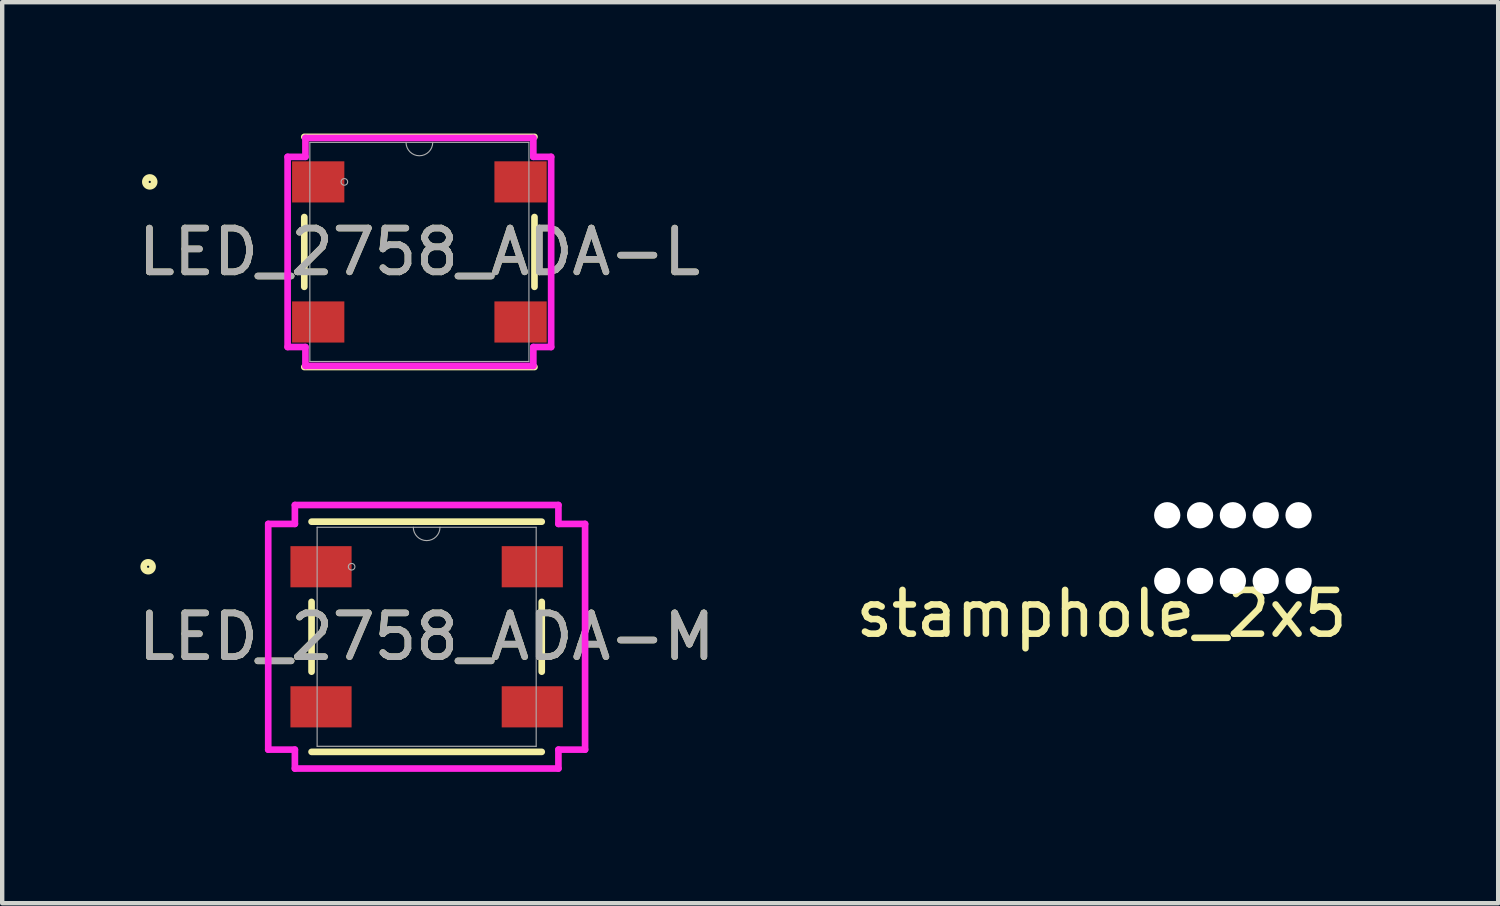
<source format=kicad_pcb>
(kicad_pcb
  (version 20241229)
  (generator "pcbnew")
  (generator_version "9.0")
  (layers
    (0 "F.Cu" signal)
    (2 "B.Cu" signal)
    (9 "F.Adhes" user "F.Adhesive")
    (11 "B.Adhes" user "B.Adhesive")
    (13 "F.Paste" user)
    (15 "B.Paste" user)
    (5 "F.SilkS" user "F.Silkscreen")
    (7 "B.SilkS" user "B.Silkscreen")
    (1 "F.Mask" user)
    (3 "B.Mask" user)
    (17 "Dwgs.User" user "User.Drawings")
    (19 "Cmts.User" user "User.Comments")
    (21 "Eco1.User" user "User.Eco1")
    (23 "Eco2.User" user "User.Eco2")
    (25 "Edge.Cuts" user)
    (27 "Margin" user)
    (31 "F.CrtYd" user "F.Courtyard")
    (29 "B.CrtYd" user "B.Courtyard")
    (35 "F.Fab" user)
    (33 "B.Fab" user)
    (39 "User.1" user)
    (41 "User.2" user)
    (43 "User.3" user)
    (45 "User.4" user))
  (footprint "LED_2758_ADA-L"
    (layer "F.Cu")
    (at 6.53 2.705)
    (property "Reference" "LED_2758_ADA-L" (at 0 0 0) (unlocked yes) (layer "F.SilkS") (effects (font (size 1 1) (thickness 0.15))))
    (attr smd)
    (fp_line (start -2.629 -0.797) (end -2.629 0.797) (stroke (width 0.152) (type solid)) (layer "F.SilkS"))
    (fp_line (start -2.629 2.629) (end 2.629 2.629) (stroke (width 0.152) (type solid)) (layer "F.SilkS"))
    (fp_line (start 2.629 -2.629) (end -2.629 -2.629) (stroke (width 0.152) (type solid)) (layer "F.SilkS"))
    (fp_line (start 2.629 0.797) (end 2.629 -0.797) (stroke (width 0.152) (type solid)) (layer "F.SilkS"))
    (fp_circle (center -6.159 -1.6) (end -6.058 -1.6) (stroke (width 0.152) (type solid)) (fill no) (layer "F.SilkS"))
    (fp_line (start -3.01 -2.172) (end -2.603 -2.172) (stroke (width 0.152) (type solid)) (layer "F.CrtYd"))
    (fp_line (start -3.01 2.172) (end -3.01 -2.172) (stroke (width 0.152) (type solid)) (layer "F.CrtYd"))
    (fp_line (start -3.01 2.172) (end -2.603 2.172) (stroke (width 0.152) (type solid)) (layer "F.CrtYd"))
    (fp_line (start -2.603 -2.603) (end 2.603 -2.603) (stroke (width 0.152) (type solid)) (layer "F.CrtYd"))
    (fp_line (start -2.603 -2.172) (end -2.603 -2.603) (stroke (width 0.152) (type solid)) (layer "F.CrtYd"))
    (fp_line (start -2.603 2.603) (end -2.603 2.172) (stroke (width 0.152) (type solid)) (layer "F.CrtYd"))
    (fp_line (start 2.603 -2.603) (end 2.603 -2.172) (stroke (width 0.152) (type solid)) (layer "F.CrtYd"))
    (fp_line (start 2.603 2.172) (end 2.603 2.603) (stroke (width 0.152) (type solid)) (layer "F.CrtYd"))
    (fp_line (start 2.603 2.603) (end -2.603 2.603) (stroke (width 0.152) (type solid)) (layer "F.CrtYd"))
    (fp_line (start 3.01 -2.172) (end 2.603 -2.172) (stroke (width 0.152) (type solid)) (layer "F.CrtYd"))
    (fp_line (start 3.01 -2.172) (end 3.01 2.172) (stroke (width 0.152) (type solid)) (layer "F.CrtYd"))
    (fp_line (start 3.01 2.172) (end 2.603 2.172) (stroke (width 0.152) (type solid)) (layer "F.CrtYd"))
    (fp_line (start -2.502 -2.502) (end -2.502 2.502) (stroke (width 0.025) (type solid)) (layer "F.Fab"))
    (fp_line (start -2.502 2.502) (end 2.502 2.502) (stroke (width 0.025) (type solid)) (layer "F.Fab"))
    (fp_line (start 2.502 -2.502) (end -2.502 -2.502) (stroke (width 0.025) (type solid)) (layer "F.Fab"))
    (fp_line (start 2.502 2.502) (end 2.502 -2.502) (stroke (width 0.025) (type solid)) (layer "F.Fab"))
    (fp_arc (start 0.3048 -2.5019) (mid 0 -2.1971) (end -0.3048 -2.5019) (stroke (width 0.0254) (type solid)) (layer "F.Fab"))
    (fp_circle (center -1.714 -1.6) (end -1.638 -1.6) (stroke (width 0.025) (type solid)) (fill no) (layer "F.Fab"))
    (fp_text user "${REFERENCE}" (at 0 0 0) (unlocked yes) (layer "F.Fab") (effects (font (size 1 1) (thickness 0.15))))
    (pad "1" smd rect (at -2.311 -1.6) (size 1.194 0.94) (layers "F.Cu" "F.Mask" "F.Paste"))
    (pad "2" smd rect (at -2.311 1.6) (size 1.194 0.94) (layers "F.Cu" "F.Mask" "F.Paste"))
    (pad "3" smd rect (at 2.311 1.6) (size 1.194 0.94) (layers "F.Cu" "F.Mask" "F.Paste"))
    (pad "4" smd rect (at 2.311 -1.6) (size 1.194 0.94) (layers "F.Cu" "F.Mask" "F.Paste")))
  (footprint "stamphole_2x5"
    (layer "F.Cu")
    (at 22.113 10.47)
    (property "Reference" "stamphole_2x5" (at 0 0.5 0) (layer "F.SilkS") (effects (font (size 1 1) (thickness 0.15))))
    (attr through_hole)
    (fp_line (start 0 -2) (end 6 -2) (stroke (width 0.12) (type solid)) (layer "Eco1.User"))
    (fp_line (start 0 0) (end 6 0) (stroke (width 0.12) (type solid)) (layer "Eco1.User"))
    (fp_arc (start 0 -2) (mid 1 -1) (end 0 0) (stroke (width 0.12) (type solid)) (layer "Eco1.User"))
    (fp_arc (start 6 0) (mid 5 -1) (end 6 -2) (stroke (width 0.12) (type solid)) (layer "Eco1.User"))
    (pad "" np_thru_hole circle (at 1.5 -1.75) (size 0.6 0.6) (drill 0.6) (layers "*.Cu" "*.Mask"))
    (pad "" np_thru_hole circle (at 1.5 -0.25) (size 0.6 0.6) (drill 0.6) (layers "*.Cu" "*.Mask"))
    (pad "" np_thru_hole circle (at 2.25 -1.75) (size 0.6 0.6) (drill 0.6) (layers "*.Cu" "*.Mask"))
    (pad "" np_thru_hole circle (at 2.25 -0.25) (size 0.6 0.6) (drill 0.6) (layers "*.Cu" "*.Mask"))
    (pad "" np_thru_hole circle (at 3 -1.75) (size 0.6 0.6) (drill 0.6) (layers "*.Cu" "*.Mask"))
    (pad "" np_thru_hole circle (at 3 -0.25) (size 0.6 0.6) (drill 0.6) (layers "*.Cu" "*.Mask"))
    (pad "" np_thru_hole circle (at 3.75 -1.75) (size 0.6 0.6) (drill 0.6) (layers "*.Cu" "*.Mask"))
    (pad "" np_thru_hole circle (at 3.75 -0.25) (size 0.6 0.6) (drill 0.6) (layers "*.Cu" "*.Mask"))
    (pad "" np_thru_hole circle (at 4.5 -1.75) (size 0.6 0.6) (drill 0.6) (layers "*.Cu" "*.Mask"))
    (pad "" np_thru_hole circle (at 4.5 -0.25) (size 0.6 0.6) (drill 0.6) (layers "*.Cu" "*.Mask")))
  (footprint "LED_2758_ADA-M"
    (layer "F.Cu")
    (at 6.696 11.496)
    (property "Reference" "LED_2758_ADA-M" (at 0 0 0) (unlocked yes) (layer "F.SilkS") (effects (font (size 1 1) (thickness 0.15))))
    (attr smd)
    (fp_line (start -2.629 -0.797) (end -2.629 0.797) (stroke (width 0.152) (type solid)) (layer "F.SilkS"))
    (fp_line (start -2.629 2.629) (end 2.629 2.629) (stroke (width 0.152) (type solid)) (layer "F.SilkS"))
    (fp_line (start 2.629 -2.629) (end -2.629 -2.629) (stroke (width 0.152) (type solid)) (layer "F.SilkS"))
    (fp_line (start 2.629 0.797) (end 2.629 -0.797) (stroke (width 0.152) (type solid)) (layer "F.SilkS"))
    (fp_circle (center -6.362 -1.6) (end -6.261 -1.6) (stroke (width 0.152) (type solid)) (fill no) (layer "F.SilkS"))
    (fp_line (start -3.619 -2.578) (end -3.01 -2.578) (stroke (width 0.152) (type solid)) (layer "F.CrtYd"))
    (fp_line (start -3.619 2.578) (end -3.619 -2.578) (stroke (width 0.152) (type solid)) (layer "F.CrtYd"))
    (fp_line (start -3.619 2.578) (end -3.01 2.578) (stroke (width 0.152) (type solid)) (layer "F.CrtYd"))
    (fp_line (start -3.01 -3.01) (end 3.01 -3.01) (stroke (width 0.152) (type solid)) (layer "F.CrtYd"))
    (fp_line (start -3.01 -2.578) (end -3.01 -3.01) (stroke (width 0.152) (type solid)) (layer "F.CrtYd"))
    (fp_line (start -3.01 3.01) (end -3.01 2.578) (stroke (width 0.152) (type solid)) (layer "F.CrtYd"))
    (fp_line (start 3.01 -3.01) (end 3.01 -2.578) (stroke (width 0.152) (type solid)) (layer "F.CrtYd"))
    (fp_line (start 3.01 2.578) (end 3.01 3.01) (stroke (width 0.152) (type solid)) (layer "F.CrtYd"))
    (fp_line (start 3.01 3.01) (end -3.01 3.01) (stroke (width 0.152) (type solid)) (layer "F.CrtYd"))
    (fp_line (start 3.619 -2.578) (end 3.01 -2.578) (stroke (width 0.152) (type solid)) (layer "F.CrtYd"))
    (fp_line (start 3.619 -2.578) (end 3.619 2.578) (stroke (width 0.152) (type solid)) (layer "F.CrtYd"))
    (fp_line (start 3.619 2.578) (end 3.01 2.578) (stroke (width 0.152) (type solid)) (layer "F.CrtYd"))
    (fp_line (start -2.502 -2.502) (end -2.502 2.502) (stroke (width 0.025) (type solid)) (layer "F.Fab"))
    (fp_line (start -2.502 2.502) (end 2.502 2.502) (stroke (width 0.025) (type solid)) (layer "F.Fab"))
    (fp_line (start 2.502 -2.502) (end -2.502 -2.502) (stroke (width 0.025) (type solid)) (layer "F.Fab"))
    (fp_line (start 2.502 2.502) (end 2.502 -2.502) (stroke (width 0.025) (type solid)) (layer "F.Fab"))
    (fp_arc (start 0.3048 -2.5019) (mid 0 -2.1971) (end -0.3048 -2.5019) (stroke (width 0.0254) (type solid)) (layer "F.Fab"))
    (fp_circle (center -1.714 -1.6) (end -1.638 -1.6) (stroke (width 0.025) (type solid)) (fill no) (layer "F.Fab"))
    (fp_text user "${REFERENCE}" (at 0 0 0) (unlocked yes) (layer "F.Fab") (effects (font (size 1 1) (thickness 0.15))))
    (pad "1" smd rect (at -2.413 -1.6) (size 1.397 0.94) (layers "F.Cu" "F.Mask" "F.Paste"))
    (pad "2" smd rect (at -2.413 1.6) (size 1.397 0.94) (layers "F.Cu" "F.Mask" "F.Paste"))
    (pad "3" smd rect (at 2.413 1.6) (size 1.397 0.94) (layers "F.Cu" "F.Mask" "F.Paste"))
    (pad "4" smd rect (at 2.413 -1.6) (size 1.397 0.94) (layers "F.Cu" "F.Mask" "F.Paste")))
  (gr_rect
    (start -3 -3)
    (end 31.173 17.582)
    (stroke (width 0.1) (type default))
    (fill no)
    (layer "Edge.Cuts")))
</source>
